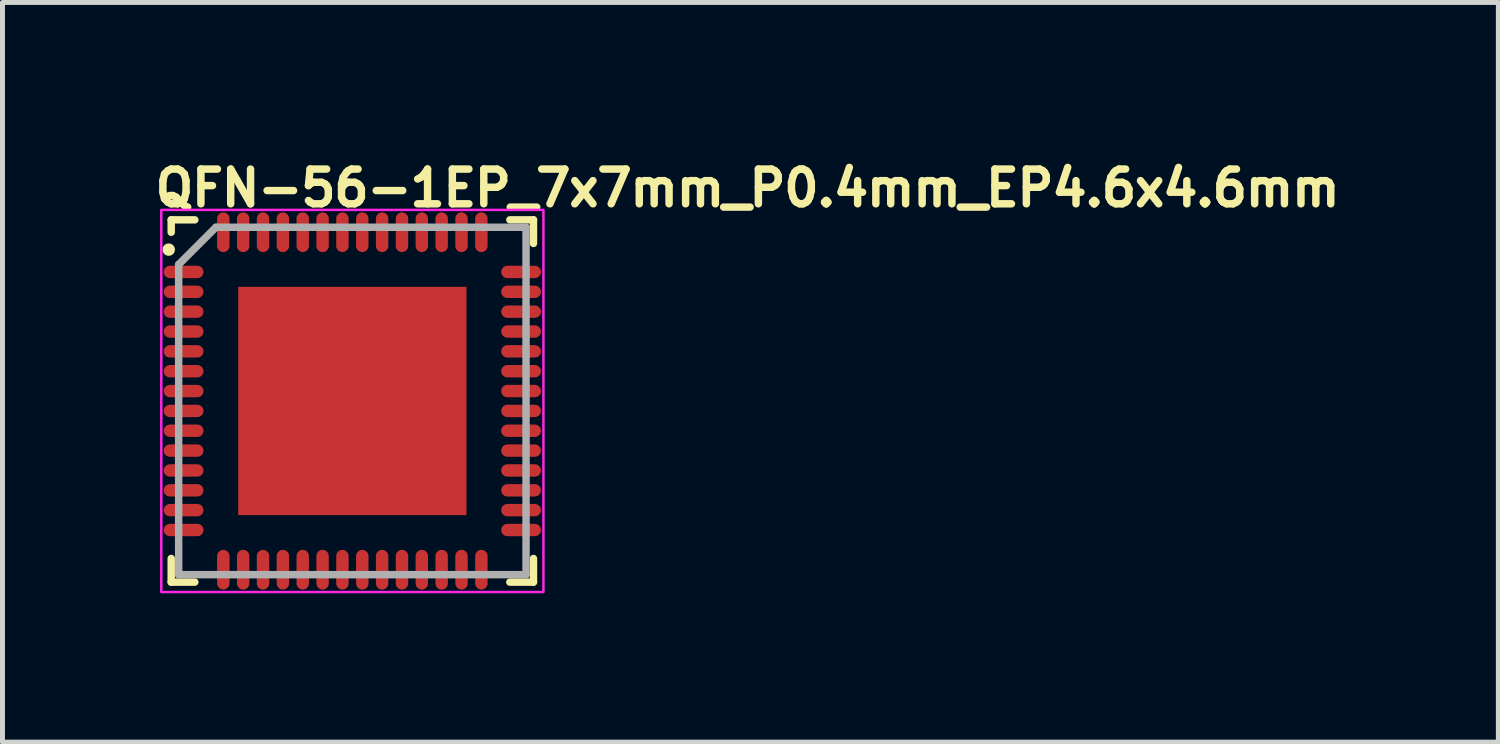
<source format=kicad_pcb>
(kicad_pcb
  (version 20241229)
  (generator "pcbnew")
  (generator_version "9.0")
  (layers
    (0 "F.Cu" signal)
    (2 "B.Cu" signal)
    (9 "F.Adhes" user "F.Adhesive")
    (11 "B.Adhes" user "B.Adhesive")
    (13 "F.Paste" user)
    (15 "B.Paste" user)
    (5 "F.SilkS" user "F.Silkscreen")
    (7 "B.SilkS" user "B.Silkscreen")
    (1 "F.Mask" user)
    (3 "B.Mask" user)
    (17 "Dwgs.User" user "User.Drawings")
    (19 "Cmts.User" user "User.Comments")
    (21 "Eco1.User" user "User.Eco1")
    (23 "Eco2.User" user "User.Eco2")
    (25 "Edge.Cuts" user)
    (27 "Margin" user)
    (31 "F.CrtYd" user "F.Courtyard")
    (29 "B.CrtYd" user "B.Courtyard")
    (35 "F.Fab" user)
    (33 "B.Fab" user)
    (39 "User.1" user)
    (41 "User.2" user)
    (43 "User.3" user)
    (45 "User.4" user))
  (footprint "QFN-56-1EP_7x7mm_P0.4mm_EP4.6x4.6mm"
    (layer "F.Cu")
    (at 4.05 5.03)
    (property "Reference" "QFN-56-1EP_7x7mm_P0.4mm_EP4.6x4.6mm" (at -4.05 -3.88 0) (layer "F.SilkS") (effects (font (size 0.7 0.7) (thickness 0.15)) (justify left bottom)))
    (attr smd)
    (fp_line (start -3.65 -3.4) (end -3.65 -3.65) (stroke (width 0.15) (type solid)) (layer "F.SilkS"))
    (fp_line (start -3.65 3.65) (end -3.65 3.174) (stroke (width 0.15) (type solid)) (layer "F.SilkS"))
    (fp_line (start -3.174 -3.65) (end -3.65 -3.65) (stroke (width 0.15) (type solid)) (layer "F.SilkS"))
    (fp_line (start -3.174 3.65) (end -3.65 3.65) (stroke (width 0.15) (type solid)) (layer "F.SilkS"))
    (fp_line (start 3.174 -3.65) (end 3.65 -3.65) (stroke (width 0.15) (type solid)) (layer "F.SilkS"))
    (fp_line (start 3.174 3.65) (end 3.65 3.65) (stroke (width 0.15) (type solid)) (layer "F.SilkS"))
    (fp_line (start 3.65 -3.65) (end 3.65 -3.174) (stroke (width 0.15) (type solid)) (layer "F.SilkS"))
    (fp_line (start 3.65 3.65) (end 3.65 3.174) (stroke (width 0.15) (type solid)) (layer "F.SilkS"))
    (fp_circle (center -3.7 -3.05) (end -3.65 -3.05) (stroke (width 0.15) (type solid)) (fill yes) (layer "F.SilkS"))
    (fp_rect (start 3.85 3.85) (end -3.85 -3.85) (stroke (width 0.05) (type solid)) (fill no) (layer "F.CrtYd"))
    (fp_line (start -3.5 -2.75) (end -3.5 3.5) (stroke (width 0.15) (type solid)) (layer "F.Fab"))
    (fp_line (start -3.5 3.5) (end 3.5 3.5) (stroke (width 0.15) (type solid)) (layer "F.Fab"))
    (fp_line (start -2.75 -3.5) (end -3.5 -2.75) (stroke (width 0.15) (type solid)) (layer "F.Fab"))
    (fp_line (start 3.5 -3.5) (end -2.75 -3.5) (stroke (width 0.15) (type solid)) (layer "F.Fab"))
    (fp_line (start 3.5 3.5) (end 3.5 -3.5) (stroke (width 0.15) (type solid)) (layer "F.Fab"))
    (fp_rect (start -3.5 -3.5) (end 3.5 3.5) (stroke (width 0.15) (type solid)) (fill no) (layer "User.5"))
    (fp_line (start -3.5 -2.7) (end -3.5 -2.5) (stroke (width 0.01) (type solid)) (layer "User.9"))
    (fp_line (start -3.5 -2.5) (end -3.49 -2.5) (stroke (width 0.01) (type solid)) (layer "User.9"))
    (fp_line (start -3.5 -2.3) (end -3.5 -2.1) (stroke (width 0.01) (type solid)) (layer "User.9"))
    (fp_line (start -3.5 -2.1) (end -3.49 -2.1) (stroke (width 0.01) (type solid)) (layer "User.9"))
    (fp_line (start -3.5 -1.9) (end -3.5 -1.7) (stroke (width 0.01) (type solid)) (layer "User.9"))
    (fp_line (start -3.5 -1.7) (end -3.49 -1.7) (stroke (width 0.01) (type solid)) (layer "User.9"))
    (fp_line (start -3.5 -1.5) (end -3.5 -1.3) (stroke (width 0.01) (type solid)) (layer "User.9"))
    (fp_line (start -3.5 -1.3) (end -3.49 -1.3) (stroke (width 0.01) (type solid)) (layer "User.9"))
    (fp_line (start -3.5 -1.1) (end -3.5 -0.9) (stroke (width 0.01) (type solid)) (layer "User.9"))
    (fp_line (start -3.5 -0.9) (end -3.49 -0.9) (stroke (width 0.01) (type solid)) (layer "User.9"))
    (fp_line (start -3.5 -0.7) (end -3.5 -0.5) (stroke (width 0.01) (type solid)) (layer "User.9"))
    (fp_line (start -3.5 -0.5) (end -3.49 -0.5) (stroke (width 0.01) (type solid)) (layer "User.9"))
    (fp_line (start -3.5 -0.3) (end -3.5 -0.1) (stroke (width 0.01) (type solid)) (layer "User.9"))
    (fp_line (start -3.5 -0.1) (end -3.49 -0.1) (stroke (width 0.01) (type solid)) (layer "User.9"))
    (fp_line (start -3.5 0.1) (end -3.5 0.3) (stroke (width 0.01) (type solid)) (layer "User.9"))
    (fp_line (start -3.5 0.3) (end -3.49 0.3) (stroke (width 0.01) (type solid)) (layer "User.9"))
    (fp_line (start -3.5 0.5) (end -3.5 0.7) (stroke (width 0.01) (type solid)) (layer "User.9"))
    (fp_line (start -3.5 0.7) (end -3.49 0.7) (stroke (width 0.01) (type solid)) (layer "User.9"))
    (fp_line (start -3.5 0.9) (end -3.5 1.1) (stroke (width 0.01) (type solid)) (layer "User.9"))
    (fp_line (start -3.5 1.1) (end -3.49 1.1) (stroke (width 0.01) (type solid)) (layer "User.9"))
    (fp_line (start -3.5 1.3) (end -3.5 1.5) (stroke (width 0.01) (type solid)) (layer "User.9"))
    (fp_line (start -3.5 1.5) (end -3.49 1.5) (stroke (width 0.01) (type solid)) (layer "User.9"))
    (fp_line (start -3.5 1.7) (end -3.5 1.9) (stroke (width 0.01) (type solid)) (layer "User.9"))
    (fp_line (start -3.5 1.9) (end -3.49 1.9) (stroke (width 0.01) (type solid)) (layer "User.9"))
    (fp_line (start -3.5 2.1) (end -3.5 2.3) (stroke (width 0.01) (type solid)) (layer "User.9"))
    (fp_line (start -3.5 2.3) (end -3.49 2.3) (stroke (width 0.01) (type solid)) (layer "User.9"))
    (fp_line (start -3.5 2.5) (end -3.5 2.7) (stroke (width 0.01) (type solid)) (layer "User.9"))
    (fp_line (start -3.5 2.7) (end -3.49 2.7) (stroke (width 0.01) (type solid)) (layer "User.9"))
    (fp_line (start -3.49 -2.7) (end -3.5 -2.7) (stroke (width 0.01) (type solid)) (layer "User.9"))
    (fp_line (start -3.49 -2.3) (end -3.5 -2.3) (stroke (width 0.01) (type solid)) (layer "User.9"))
    (fp_line (start -3.49 -1.9) (end -3.5 -1.9) (stroke (width 0.01) (type solid)) (layer "User.9"))
    (fp_line (start -3.49 -1.5) (end -3.5 -1.5) (stroke (width 0.01) (type solid)) (layer "User.9"))
    (fp_line (start -3.49 -1.1) (end -3.5 -1.1) (stroke (width 0.01) (type solid)) (layer "User.9"))
    (fp_line (start -3.49 -0.7) (end -3.5 -0.7) (stroke (width 0.01) (type solid)) (layer "User.9"))
    (fp_line (start -3.49 -0.3) (end -3.5 -0.3) (stroke (width 0.01) (type solid)) (layer "User.9"))
    (fp_line (start -3.49 0.1) (end -3.5 0.1) (stroke (width 0.01) (type solid)) (layer "User.9"))
    (fp_line (start -3.49 0.5) (end -3.5 0.5) (stroke (width 0.01) (type solid)) (layer "User.9"))
    (fp_line (start -3.49 0.9) (end -3.5 0.9) (stroke (width 0.01) (type solid)) (layer "User.9"))
    (fp_line (start -3.49 1.3) (end -3.5 1.3) (stroke (width 0.01) (type solid)) (layer "User.9"))
    (fp_line (start -3.49 1.7) (end -3.5 1.7) (stroke (width 0.01) (type solid)) (layer "User.9"))
    (fp_line (start -3.49 2.1) (end -3.5 2.1) (stroke (width 0.01) (type solid)) (layer "User.9"))
    (fp_line (start -3.49 2.5) (end -3.5 2.5) (stroke (width 0.01) (type solid)) (layer "User.9"))
    (fp_line (start -3.05 -2.8) (end -3.05 -2.787) (stroke (width 0.01) (type solid)) (layer "User.9"))
    (fp_line (start -3.05 -2.813) (end -3.05 -2.8) (stroke (width 0.01) (type solid)) (layer "User.9"))
    (fp_line (start -3.05 -2.787) (end -3.049 -2.774) (stroke (width 0.01) (type solid)) (layer "User.9"))
    (fp_line (start -3.049 -2.826) (end -3.05 -2.813) (stroke (width 0.01) (type solid)) (layer "User.9"))
    (fp_line (start -3.049 -2.774) (end -3.047 -2.762) (stroke (width 0.01) (type solid)) (layer "User.9"))
    (fp_line (start -3.047 -2.838) (end -3.049 -2.826) (stroke (width 0.01) (type solid)) (layer "User.9"))
    (fp_line (start -3.047 -2.762) (end -3.045 -2.75) (stroke (width 0.01) (type solid)) (layer "User.9"))
    (fp_line (start -3.045 -2.85) (end -3.047 -2.838) (stroke (width 0.01) (type solid)) (layer "User.9"))
    (fp_line (start -3.045 -2.75) (end -3.042 -2.738) (stroke (width 0.01) (type solid)) (layer "User.9"))
    (fp_line (start -3.042 -2.862) (end -3.045 -2.85) (stroke (width 0.01) (type solid)) (layer "User.9"))
    (fp_line (start -3.042 -2.738) (end -3.039 -2.726) (stroke (width 0.01) (type solid)) (layer "User.9"))
    (fp_line (start -3.039 -2.874) (end -3.042 -2.862) (stroke (width 0.01) (type solid)) (layer "User.9"))
    (fp_line (start -3.039 -2.726) (end -3.035 -2.714) (stroke (width 0.01) (type solid)) (layer "User.9"))
    (fp_line (start -3.035 -2.886) (end -3.039 -2.874) (stroke (width 0.01) (type solid)) (layer "User.9"))
    (fp_line (start -3.035 -2.714) (end -3.03 -2.703) (stroke (width 0.01) (type solid)) (layer "User.9"))
    (fp_line (start -3.03 -2.897) (end -3.035 -2.886) (stroke (width 0.01) (type solid)) (layer "User.9"))
    (fp_line (start -3.03 -2.703) (end -3.025 -2.692) (stroke (width 0.01) (type solid)) (layer "User.9"))
    (fp_line (start -3.025 -2.908) (end -3.03 -2.897) (stroke (width 0.01) (type solid)) (layer "User.9"))
    (fp_line (start -3.025 -2.692) (end -3.02 -2.681) (stroke (width 0.01) (type solid)) (layer "User.9"))
    (fp_line (start -3.02 -2.919) (end -3.025 -2.908) (stroke (width 0.01) (type solid)) (layer "User.9"))
    (fp_line (start -3.02 -2.681) (end -3.014 -2.67) (stroke (width 0.01) (type solid)) (layer "User.9"))
    (fp_line (start -3.014 -2.93) (end -3.02 -2.919) (stroke (width 0.01) (type solid)) (layer "User.9"))
    (fp_line (start -3.014 -2.67) (end -3.007 -2.66) (stroke (width 0.01) (type solid)) (layer "User.9"))
    (fp_line (start -3.007 -2.94) (end -3.014 -2.93) (stroke (width 0.01) (type solid)) (layer "User.9"))
    (fp_line (start -3.007 -2.66) (end -3 -2.65) (stroke (width 0.01) (type solid)) (layer "User.9"))
    (fp_line (start -3 -2.95) (end -3.007 -2.94) (stroke (width 0.01) (type solid)) (layer "User.9"))
    (fp_line (start -3 -2.65) (end -2.993 -2.641) (stroke (width 0.01) (type solid)) (layer "User.9"))
    (fp_line (start -2.993 -2.959) (end -3 -2.95) (stroke (width 0.01) (type solid)) (layer "User.9"))
    (fp_line (start -2.993 -2.641) (end -2.985 -2.632) (stroke (width 0.01) (type solid)) (layer "User.9"))
    (fp_line (start -2.985 -2.968) (end -2.993 -2.959) (stroke (width 0.01) (type solid)) (layer "User.9"))
    (fp_line (start -2.985 -2.632) (end -2.977 -2.623) (stroke (width 0.01) (type solid)) (layer "User.9"))
    (fp_line (start -2.977 -2.977) (end -2.985 -2.968) (stroke (width 0.01) (type solid)) (layer "User.9"))
    (fp_line (start -2.977 -2.623) (end -2.968 -2.615) (stroke (width 0.01) (type solid)) (layer "User.9"))
    (fp_line (start -2.968 -2.985) (end -2.977 -2.977) (stroke (width 0.01) (type solid)) (layer "User.9"))
    (fp_line (start -2.968 -2.615) (end -2.959 -2.607) (stroke (width 0.01) (type solid)) (layer "User.9"))
    (fp_line (start -2.959 -2.993) (end -2.968 -2.985) (stroke (width 0.01) (type solid)) (layer "User.9"))
    (fp_line (start -2.959 -2.607) (end -2.95 -2.6) (stroke (width 0.01) (type solid)) (layer "User.9"))
    (fp_line (start -2.95 -3) (end -2.959 -2.993) (stroke (width 0.01) (type solid)) (layer "User.9"))
    (fp_line (start -2.95 -2.6) (end -2.94 -2.593) (stroke (width 0.01) (type solid)) (layer "User.9"))
    (fp_line (start -2.94 -3.007) (end -2.95 -3) (stroke (width 0.01) (type solid)) (layer "User.9"))
    (fp_line (start -2.94 -2.593) (end -2.93 -2.586) (stroke (width 0.01) (type solid)) (layer "User.9"))
    (fp_line (start -2.93 -3.014) (end -2.94 -3.007) (stroke (width 0.01) (type solid)) (layer "User.9"))
    (fp_line (start -2.93 -2.586) (end -2.919 -2.58) (stroke (width 0.01) (type solid)) (layer "User.9"))
    (fp_line (start -2.919 -3.02) (end -2.93 -3.014) (stroke (width 0.01) (type solid)) (layer "User.9"))
    (fp_line (start -2.919 -2.58) (end -2.908 -2.575) (stroke (width 0.01) (type solid)) (layer "User.9"))
    (fp_line (start -2.908 -3.025) (end -2.919 -3.02) (stroke (width 0.01) (type solid)) (layer "User.9"))
    (fp_line (start -2.908 -2.575) (end -2.897 -2.57) (stroke (width 0.01) (type solid)) (layer "User.9"))
    (fp_line (start -2.897 -3.03) (end -2.908 -3.025) (stroke (width 0.01) (type solid)) (layer "User.9"))
    (fp_line (start -2.897 -2.57) (end -2.886 -2.565) (stroke (width 0.01) (type solid)) (layer "User.9"))
    (fp_line (start -2.886 -3.035) (end -2.897 -3.03) (stroke (width 0.01) (type solid)) (layer "User.9"))
    (fp_line (start -2.886 -2.565) (end -2.874 -2.561) (stroke (width 0.01) (type solid)) (layer "User.9"))
    (fp_line (start -2.874 -3.039) (end -2.886 -3.035) (stroke (width 0.01) (type solid)) (layer "User.9"))
    (fp_line (start -2.874 -2.561) (end -2.862 -2.558) (stroke (width 0.01) (type solid)) (layer "User.9"))
    (fp_line (start -2.862 -3.042) (end -2.874 -3.039) (stroke (width 0.01) (type solid)) (layer "User.9"))
    (fp_line (start -2.862 -2.558) (end -2.85 -2.555) (stroke (width 0.01) (type solid)) (layer "User.9"))
    (fp_line (start -2.85 -3.045) (end -2.862 -3.042) (stroke (width 0.01) (type solid)) (layer "User.9"))
    (fp_line (start -2.85 -2.555) (end -2.838 -2.553) (stroke (width 0.01) (type solid)) (layer "User.9"))
    (fp_line (start -2.838 -3.047) (end -2.85 -3.045) (stroke (width 0.01) (type solid)) (layer "User.9"))
    (fp_line (start -2.838 -2.553) (end -2.826 -2.551) (stroke (width 0.01) (type solid)) (layer "User.9"))
    (fp_line (start -2.826 -3.049) (end -2.838 -3.047) (stroke (width 0.01) (type solid)) (layer "User.9"))
    (fp_line (start -2.826 -2.551) (end -2.813 -2.55) (stroke (width 0.01) (type solid)) (layer "User.9"))
    (fp_line (start -2.813 -3.05) (end -2.826 -3.049) (stroke (width 0.01) (type solid)) (layer "User.9"))
    (fp_line (start -2.813 -2.55) (end -2.8 -2.55) (stroke (width 0.01) (type solid)) (layer "User.9"))
    (fp_line (start -2.8 -3.05) (end -2.813 -3.05) (stroke (width 0.01) (type solid)) (layer "User.9"))
    (fp_line (start -2.8 -2.55) (end -2.787 -2.55) (stroke (width 0.01) (type solid)) (layer "User.9"))
    (fp_line (start -2.787 -3.05) (end -2.8 -3.05) (stroke (width 0.01) (type solid)) (layer "User.9"))
    (fp_line (start -2.787 -2.55) (end -2.774 -2.551) (stroke (width 0.01) (type solid)) (layer "User.9"))
    (fp_line (start -2.774 -3.049) (end -2.787 -3.05) (stroke (width 0.01) (type solid)) (layer "User.9"))
    (fp_line (start -2.774 -2.551) (end -2.762 -2.553) (stroke (width 0.01) (type solid)) (layer "User.9"))
    (fp_line (start -2.762 -3.047) (end -2.774 -3.049) (stroke (width 0.01) (type solid)) (layer "User.9"))
    (fp_line (start -2.762 -2.553) (end -2.75 -2.555) (stroke (width 0.01) (type solid)) (layer "User.9"))
    (fp_line (start -2.75 -3.045) (end -2.762 -3.047) (stroke (width 0.01) (type solid)) (layer "User.9"))
    (fp_line (start -2.75 -2.555) (end -2.738 -2.558) (stroke (width 0.01) (type solid)) (layer "User.9"))
    (fp_line (start -2.738 -3.042) (end -2.75 -3.045) (stroke (width 0.01) (type solid)) (layer "User.9"))
    (fp_line (start -2.738 -2.558) (end -2.726 -2.561) (stroke (width 0.01) (type solid)) (layer "User.9"))
    (fp_line (start -2.726 -3.039) (end -2.738 -3.042) (stroke (width 0.01) (type solid)) (layer "User.9"))
    (fp_line (start -2.726 -2.561) (end -2.714 -2.565) (stroke (width 0.01) (type solid)) (layer "User.9"))
    (fp_line (start -2.714 -3.035) (end -2.726 -3.039) (stroke (width 0.01) (type solid)) (layer "User.9"))
    (fp_line (start -2.714 -2.565) (end -2.703 -2.57) (stroke (width 0.01) (type solid)) (layer "User.9"))
    (fp_line (start -2.703 -3.03) (end -2.714 -3.035) (stroke (width 0.01) (type solid)) (layer "User.9"))
    (fp_line (start -2.703 -2.57) (end -2.692 -2.575) (stroke (width 0.01) (type solid)) (layer "User.9"))
    (fp_line (start -2.7 -3.5) (end -2.7 -3.49) (stroke (width 0.01) (type solid)) (layer "User.9"))
    (fp_line (start -2.7 3.49) (end -2.7 3.5) (stroke (width 0.01) (type solid)) (layer "User.9"))
    (fp_line (start -2.7 3.5) (end -2.5 3.5) (stroke (width 0.01) (type solid)) (layer "User.9"))
    (fp_line (start -2.692 -3.025) (end -2.703 -3.03) (stroke (width 0.01) (type solid)) (layer "User.9"))
    (fp_line (start -2.692 -2.575) (end -2.681 -2.58) (stroke (width 0.01) (type solid)) (layer "User.9"))
    (fp_line (start -2.681 -3.02) (end -2.692 -3.025) (stroke (width 0.01) (type solid)) (layer "User.9"))
    (fp_line (start -2.681 -2.58) (end -2.67 -2.586) (stroke (width 0.01) (type solid)) (layer "User.9"))
    (fp_line (start -2.67 -3.014) (end -2.681 -3.02) (stroke (width 0.01) (type solid)) (layer "User.9"))
    (fp_line (start -2.67 -2.586) (end -2.66 -2.593) (stroke (width 0.01) (type solid)) (layer "User.9"))
    (fp_line (start -2.66 -3.007) (end -2.67 -3.014) (stroke (width 0.01) (type solid)) (layer "User.9"))
    (fp_line (start -2.66 -2.593) (end -2.65 -2.6) (stroke (width 0.01) (type solid)) (layer "User.9"))
    (fp_line (start -2.65 -3) (end -2.66 -3.007) (stroke (width 0.01) (type solid)) (layer "User.9"))
    (fp_line (start -2.65 -2.6) (end -2.641 -2.607) (stroke (width 0.01) (type solid)) (layer "User.9"))
    (fp_line (start -2.641 -2.993) (end -2.65 -3) (stroke (width 0.01) (type solid)) (layer "User.9"))
    (fp_line (start -2.641 -2.607) (end -2.632 -2.615) (stroke (width 0.01) (type solid)) (layer "User.9"))
    (fp_line (start -2.632 -2.985) (end -2.641 -2.993) (stroke (width 0.01) (type solid)) (layer "User.9"))
    (fp_line (start -2.632 -2.615) (end -2.623 -2.623) (stroke (width 0.01) (type solid)) (layer "User.9"))
    (fp_line (start -2.623 -2.977) (end -2.632 -2.985) (stroke (width 0.01) (type solid)) (layer "User.9"))
    (fp_line (start -2.623 -2.623) (end -2.615 -2.632) (stroke (width 0.01) (type solid)) (layer "User.9"))
    (fp_line (start -2.615 -2.968) (end -2.623 -2.977) (stroke (width 0.01) (type solid)) (layer "User.9"))
    (fp_line (start -2.615 -2.632) (end -2.607 -2.641) (stroke (width 0.01) (type solid)) (layer "User.9"))
    (fp_line (start -2.607 -2.959) (end -2.615 -2.968) (stroke (width 0.01) (type solid)) (layer "User.9"))
    (fp_line (start -2.607 -2.641) (end -2.6 -2.65) (stroke (width 0.01) (type solid)) (layer "User.9"))
    (fp_line (start -2.6 -2.95) (end -2.607 -2.959) (stroke (width 0.01) (type solid)) (layer "User.9"))
    (fp_line (start -2.6 -2.65) (end -2.593 -2.66) (stroke (width 0.01) (type solid)) (layer "User.9"))
    (fp_line (start -2.593 -2.94) (end -2.6 -2.95) (stroke (width 0.01) (type solid)) (layer "User.9"))
    (fp_line (start -2.593 -2.66) (end -2.586 -2.67) (stroke (width 0.01) (type solid)) (layer "User.9"))
    (fp_line (start -2.586 -2.93) (end -2.593 -2.94) (stroke (width 0.01) (type solid)) (layer "User.9"))
    (fp_line (start -2.586 -2.67) (end -2.58 -2.681) (stroke (width 0.01) (type solid)) (layer "User.9"))
    (fp_line (start -2.58 -2.919) (end -2.586 -2.93) (stroke (width 0.01) (type solid)) (layer "User.9"))
    (fp_line (start -2.58 -2.681) (end -2.575 -2.692) (stroke (width 0.01) (type solid)) (layer "User.9"))
    (fp_line (start -2.575 -2.908) (end -2.58 -2.919) (stroke (width 0.01) (type solid)) (layer "User.9"))
    (fp_line (start -2.575 -2.692) (end -2.57 -2.703) (stroke (width 0.01) (type solid)) (layer "User.9"))
    (fp_line (start -2.57 -2.897) (end -2.575 -2.908) (stroke (width 0.01) (type solid)) (layer "User.9"))
    (fp_line (start -2.57 -2.703) (end -2.565 -2.714) (stroke (width 0.01) (type solid)) (layer "User.9"))
    (fp_line (start -2.565 -2.886) (end -2.57 -2.897) (stroke (width 0.01) (type solid)) (layer "User.9"))
    (fp_line (start -2.565 -2.714) (end -2.561 -2.726) (stroke (width 0.01) (type solid)) (layer "User.9"))
    (fp_line (start -2.561 -2.874) (end -2.565 -2.886) (stroke (width 0.01) (type solid)) (layer "User.9"))
    (fp_line (start -2.561 -2.726) (end -2.558 -2.738) (stroke (width 0.01) (type solid)) (layer "User.9"))
    (fp_line (start -2.558 -2.862) (end -2.561 -2.874) (stroke (width 0.01) (type solid)) (layer "User.9"))
    (fp_line (start -2.558 -2.738) (end -2.555 -2.75) (stroke (width 0.01) (type solid)) (layer "User.9"))
    (fp_line (start -2.555 -2.85) (end -2.558 -2.862) (stroke (width 0.01) (type solid)) (layer "User.9"))
    (fp_line (start -2.555 -2.75) (end -2.553 -2.762) (stroke (width 0.01) (type solid)) (layer "User.9"))
    (fp_line (start -2.553 -2.838) (end -2.555 -2.85) (stroke (width 0.01) (type solid)) (layer "User.9"))
    (fp_line (start -2.553 -2.762) (end -2.551 -2.774) (stroke (width 0.01) (type solid)) (layer "User.9"))
    (fp_line (start -2.551 -2.826) (end -2.553 -2.838) (stroke (width 0.01) (type solid)) (layer "User.9"))
    (fp_line (start -2.551 -2.774) (end -2.55 -2.787) (stroke (width 0.01) (type solid)) (layer "User.9"))
    (fp_line (start -2.55 -2.813) (end -2.551 -2.826) (stroke (width 0.01) (type solid)) (layer "User.9"))
    (fp_line (start -2.55 -2.787) (end -2.55 -2.8) (stroke (width 0.01) (type solid)) (layer "User.9"))
    (fp_line (start -2.55 -2.8) (end -2.55 -2.813) (stroke (width 0.01) (type solid)) (layer "User.9"))
    (fp_line (start -2.5 -3.5) (end -2.7 -3.5) (stroke (width 0.01) (type solid)) (layer "User.9"))
    (fp_line (start -2.5 -3.49) (end -2.5 -3.5) (stroke (width 0.01) (type solid)) (layer "User.9"))
    (fp_line (start -2.5 3.5) (end -2.5 3.49) (stroke (width 0.01) (type solid)) (layer "User.9"))
    (fp_line (start -2.3 -3.5) (end -2.3 -3.49) (stroke (width 0.01) (type solid)) (layer "User.9"))
    (fp_line (start -2.3 3.49) (end -2.3 3.5) (stroke (width 0.01) (type solid)) (layer "User.9"))
    (fp_line (start -2.3 3.5) (end -2.1 3.5) (stroke (width 0.01) (type solid)) (layer "User.9"))
    (fp_line (start -2.1 -3.5) (end -2.3 -3.5) (stroke (width 0.01) (type solid)) (layer "User.9"))
    (fp_line (start -2.1 -3.49) (end -2.1 -3.5) (stroke (width 0.01) (type solid)) (layer "User.9"))
    (fp_line (start -2.1 3.5) (end -2.1 3.49) (stroke (width 0.01) (type solid)) (layer "User.9"))
    (fp_line (start -1.9 -3.5) (end -1.9 -3.49) (stroke (width 0.01) (type solid)) (layer "User.9"))
    (fp_line (start -1.9 3.49) (end -1.9 3.5) (stroke (width 0.01) (type solid)) (layer "User.9"))
    (fp_line (start -1.9 3.5) (end -1.7 3.5) (stroke (width 0.01) (type solid)) (layer "User.9"))
    (fp_line (start -1.7 -3.5) (end -1.9 -3.5) (stroke (width 0.01) (type solid)) (layer "User.9"))
    (fp_line (start -1.7 -3.49) (end -1.7 -3.5) (stroke (width 0.01) (type solid)) (layer "User.9"))
    (fp_line (start -1.7 3.5) (end -1.7 3.49) (stroke (width 0.01) (type solid)) (layer "User.9"))
    (fp_line (start -1.5 -3.5) (end -1.5 -3.49) (stroke (width 0.01) (type solid)) (layer "User.9"))
    (fp_line (start -1.5 3.49) (end -1.5 3.5) (stroke (width 0.01) (type solid)) (layer "User.9"))
    (fp_line (start -1.5 3.5) (end -1.3 3.5) (stroke (width 0.01) (type solid)) (layer "User.9"))
    (fp_line (start -1.3 -3.5) (end -1.5 -3.5) (stroke (width 0.01) (type solid)) (layer "User.9"))
    (fp_line (start -1.3 -3.49) (end -1.3 -3.5) (stroke (width 0.01) (type solid)) (layer "User.9"))
    (fp_line (start -1.3 3.5) (end -1.3 3.49) (stroke (width 0.01) (type solid)) (layer "User.9"))
    (fp_line (start -1.1 -3.5) (end -1.1 -3.49) (stroke (width 0.01) (type solid)) (layer "User.9"))
    (fp_line (start -1.1 3.49) (end -1.1 3.5) (stroke (width 0.01) (type solid)) (layer "User.9"))
    (fp_line (start -1.1 3.5) (end -0.9 3.5) (stroke (width 0.01) (type solid)) (layer "User.9"))
    (fp_line (start -0.9 -3.5) (end -1.1 -3.5) (stroke (width 0.01) (type solid)) (layer "User.9"))
    (fp_line (start -0.9 -3.49) (end -0.9 -3.5) (stroke (width 0.01) (type solid)) (layer "User.9"))
    (fp_line (start -0.9 3.5) (end -0.9 3.49) (stroke (width 0.01) (type solid)) (layer "User.9"))
    (fp_line (start -0.7 -3.5) (end -0.7 -3.49) (stroke (width 0.01) (type solid)) (layer "User.9"))
    (fp_line (start -0.7 3.49) (end -0.7 3.5) (stroke (width 0.01) (type solid)) (layer "User.9"))
    (fp_line (start -0.7 3.5) (end -0.5 3.5) (stroke (width 0.01) (type solid)) (layer "User.9"))
    (fp_line (start -0.5 -3.5) (end -0.7 -3.5) (stroke (width 0.01) (type solid)) (layer "User.9"))
    (fp_line (start -0.5 -3.49) (end -0.5 -3.5) (stroke (width 0.01) (type solid)) (layer "User.9"))
    (fp_line (start -0.5 3.5) (end -0.5 3.49) (stroke (width 0.01) (type solid)) (layer "User.9"))
    (fp_line (start -0.3 -3.5) (end -0.3 -3.49) (stroke (width 0.01) (type solid)) (layer "User.9"))
    (fp_line (start -0.3 3.49) (end -0.3 3.5) (stroke (width 0.01) (type solid)) (layer "User.9"))
    (fp_line (start -0.3 3.5) (end -0.1 3.5) (stroke (width 0.01) (type solid)) (layer "User.9"))
    (fp_line (start -0.1 -3.5) (end -0.3 -3.5) (stroke (width 0.01) (type solid)) (layer "User.9"))
    (fp_line (start -0.1 -3.49) (end -0.1 -3.5) (stroke (width 0.01) (type solid)) (layer "User.9"))
    (fp_line (start -0.1 3.5) (end -0.1 3.49) (stroke (width 0.01) (type solid)) (layer "User.9"))
    (fp_line (start 0.1 -3.5) (end 0.1 -3.49) (stroke (width 0.01) (type solid)) (layer "User.9"))
    (fp_line (start 0.1 3.49) (end 0.1 3.5) (stroke (width 0.01) (type solid)) (layer "User.9"))
    (fp_line (start 0.1 3.5) (end 0.3 3.5) (stroke (width 0.01) (type solid)) (layer "User.9"))
    (fp_line (start 0.3 -3.5) (end 0.1 -3.5) (stroke (width 0.01) (type solid)) (layer "User.9"))
    (fp_line (start 0.3 -3.49) (end 0.3 -3.5) (stroke (width 0.01) (type solid)) (layer "User.9"))
    (fp_line (start 0.3 3.5) (end 0.3 3.49) (stroke (width 0.01) (type solid)) (layer "User.9"))
    (fp_line (start 0.5 -3.5) (end 0.5 -3.49) (stroke (width 0.01) (type solid)) (layer "User.9"))
    (fp_line (start 0.5 3.49) (end 0.5 3.5) (stroke (width 0.01) (type solid)) (layer "User.9"))
    (fp_line (start 0.5 3.5) (end 0.7 3.5) (stroke (width 0.01) (type solid)) (layer "User.9"))
    (fp_line (start 0.7 -3.5) (end 0.5 -3.5) (stroke (width 0.01) (type solid)) (layer "User.9"))
    (fp_line (start 0.7 -3.49) (end 0.7 -3.5) (stroke (width 0.01) (type solid)) (layer "User.9"))
    (fp_line (start 0.7 3.5) (end 0.7 3.49) (stroke (width 0.01) (type solid)) (layer "User.9"))
    (fp_line (start 0.9 -3.5) (end 0.9 -3.49) (stroke (width 0.01) (type solid)) (layer "User.9"))
    (fp_line (start 0.9 3.49) (end 0.9 3.5) (stroke (width 0.01) (type solid)) (layer "User.9"))
    (fp_line (start 0.9 3.5) (end 1.1 3.5) (stroke (width 0.01) (type solid)) (layer "User.9"))
    (fp_line (start 1.1 -3.5) (end 0.9 -3.5) (stroke (width 0.01) (type solid)) (layer "User.9"))
    (fp_line (start 1.1 -3.49) (end 1.1 -3.5) (stroke (width 0.01) (type solid)) (layer "User.9"))
    (fp_line (start 1.1 3.5) (end 1.1 3.49) (stroke (width 0.01) (type solid)) (layer "User.9"))
    (fp_line (start 1.3 -3.5) (end 1.3 -3.49) (stroke (width 0.01) (type solid)) (layer "User.9"))
    (fp_line (start 1.3 3.49) (end 1.3 3.5) (stroke (width 0.01) (type solid)) (layer "User.9"))
    (fp_line (start 1.3 3.5) (end 1.5 3.5) (stroke (width 0.01) (type solid)) (layer "User.9"))
    (fp_line (start 1.5 -3.5) (end 1.3 -3.5) (stroke (width 0.01) (type solid)) (layer "User.9"))
    (fp_line (start 1.5 -3.49) (end 1.5 -3.5) (stroke (width 0.01) (type solid)) (layer "User.9"))
    (fp_line (start 1.5 3.5) (end 1.5 3.49) (stroke (width 0.01) (type solid)) (layer "User.9"))
    (fp_line (start 1.7 -3.5) (end 1.7 -3.49) (stroke (width 0.01) (type solid)) (layer "User.9"))
    (fp_line (start 1.7 3.49) (end 1.7 3.5) (stroke (width 0.01) (type solid)) (layer "User.9"))
    (fp_line (start 1.7 3.5) (end 1.9 3.5) (stroke (width 0.01) (type solid)) (layer "User.9"))
    (fp_line (start 1.9 -3.5) (end 1.7 -3.5) (stroke (width 0.01) (type solid)) (layer "User.9"))
    (fp_line (start 1.9 -3.49) (end 1.9 -3.5) (stroke (width 0.01) (type solid)) (layer "User.9"))
    (fp_line (start 1.9 3.5) (end 1.9 3.49) (stroke (width 0.01) (type solid)) (layer "User.9"))
    (fp_line (start 2.1 -3.5) (end 2.1 -3.49) (stroke (width 0.01) (type solid)) (layer "User.9"))
    (fp_line (start 2.1 3.49) (end 2.1 3.5) (stroke (width 0.01) (type solid)) (layer "User.9"))
    (fp_line (start 2.1 3.5) (end 2.3 3.5) (stroke (width 0.01) (type solid)) (layer "User.9"))
    (fp_line (start 2.3 -3.5) (end 2.1 -3.5) (stroke (width 0.01) (type solid)) (layer "User.9"))
    (fp_line (start 2.3 -3.49) (end 2.3 -3.5) (stroke (width 0.01) (type solid)) (layer "User.9"))
    (fp_line (start 2.3 3.5) (end 2.3 3.49) (stroke (width 0.01) (type solid)) (layer "User.9"))
    (fp_line (start 2.5 -3.5) (end 2.5 -3.49) (stroke (width 0.01) (type solid)) (layer "User.9"))
    (fp_line (start 2.5 3.49) (end 2.5 3.5) (stroke (width 0.01) (type solid)) (layer "User.9"))
    (fp_line (start 2.5 3.5) (end 2.7 3.5) (stroke (width 0.01) (type solid)) (layer "User.9"))
    (fp_line (start 2.7 -3.5) (end 2.5 -3.5) (stroke (width 0.01) (type solid)) (layer "User.9"))
    (fp_line (start 2.7 -3.49) (end 2.7 -3.5) (stroke (width 0.01) (type solid)) (layer "User.9"))
    (fp_line (start 2.7 3.5) (end 2.7 3.49) (stroke (width 0.01) (type solid)) (layer "User.9"))
    (fp_line (start 3.49 -2.5) (end 3.5 -2.5) (stroke (width 0.01) (type solid)) (layer "User.9"))
    (fp_line (start 3.49 -2.1) (end 3.5 -2.1) (stroke (width 0.01) (type solid)) (layer "User.9"))
    (fp_line (start 3.49 -1.7) (end 3.5 -1.7) (stroke (width 0.01) (type solid)) (layer "User.9"))
    (fp_line (start 3.49 -1.3) (end 3.5 -1.3) (stroke (width 0.01) (type solid)) (layer "User.9"))
    (fp_line (start 3.49 -0.9) (end 3.5 -0.9) (stroke (width 0.01) (type solid)) (layer "User.9"))
    (fp_line (start 3.49 -0.5) (end 3.5 -0.5) (stroke (width 0.01) (type solid)) (layer "User.9"))
    (fp_line (start 3.49 -0.1) (end 3.5 -0.1) (stroke (width 0.01) (type solid)) (layer "User.9"))
    (fp_line (start 3.49 0.3) (end 3.5 0.3) (stroke (width 0.01) (type solid)) (layer "User.9"))
    (fp_line (start 3.49 0.7) (end 3.5 0.7) (stroke (width 0.01) (type solid)) (layer "User.9"))
    (fp_line (start 3.49 1.1) (end 3.5 1.1) (stroke (width 0.01) (type solid)) (layer "User.9"))
    (fp_line (start 3.49 1.5) (end 3.5 1.5) (stroke (width 0.01) (type solid)) (layer "User.9"))
    (fp_line (start 3.49 1.9) (end 3.5 1.9) (stroke (width 0.01) (type solid)) (layer "User.9"))
    (fp_line (start 3.49 2.3) (end 3.5 2.3) (stroke (width 0.01) (type solid)) (layer "User.9"))
    (fp_line (start 3.49 2.7) (end 3.5 2.7) (stroke (width 0.01) (type solid)) (layer "User.9"))
    (fp_line (start 3.5 -2.7) (end 3.49 -2.7) (stroke (width 0.01) (type solid)) (layer "User.9"))
    (fp_line (start 3.5 -2.5) (end 3.5 -2.7) (stroke (width 0.01) (type solid)) (layer "User.9"))
    (fp_line (start 3.5 -2.3) (end 3.49 -2.3) (stroke (width 0.01) (type solid)) (layer "User.9"))
    (fp_line (start 3.5 -2.1) (end 3.5 -2.3) (stroke (width 0.01) (type solid)) (layer "User.9"))
    (fp_line (start 3.5 -1.9) (end 3.49 -1.9) (stroke (width 0.01) (type solid)) (layer "User.9"))
    (fp_line (start 3.5 -1.7) (end 3.5 -1.9) (stroke (width 0.01) (type solid)) (layer "User.9"))
    (fp_line (start 3.5 -1.5) (end 3.49 -1.5) (stroke (width 0.01) (type solid)) (layer "User.9"))
    (fp_line (start 3.5 -1.3) (end 3.5 -1.5) (stroke (width 0.01) (type solid)) (layer "User.9"))
    (fp_line (start 3.5 -1.1) (end 3.49 -1.1) (stroke (width 0.01) (type solid)) (layer "User.9"))
    (fp_line (start 3.5 -0.9) (end 3.5 -1.1) (stroke (width 0.01) (type solid)) (layer "User.9"))
    (fp_line (start 3.5 -0.7) (end 3.49 -0.7) (stroke (width 0.01) (type solid)) (layer "User.9"))
    (fp_line (start 3.5 -0.5) (end 3.5 -0.7) (stroke (width 0.01) (type solid)) (layer "User.9"))
    (fp_line (start 3.5 -0.3) (end 3.49 -0.3) (stroke (width 0.01) (type solid)) (layer "User.9"))
    (fp_line (start 3.5 -0.1) (end 3.5 -0.3) (stroke (width 0.01) (type solid)) (layer "User.9"))
    (fp_line (start 3.5 0.1) (end 3.49 0.1) (stroke (width 0.01) (type solid)) (layer "User.9"))
    (fp_line (start 3.5 0.3) (end 3.5 0.1) (stroke (width 0.01) (type solid)) (layer "User.9"))
    (fp_line (start 3.5 0.5) (end 3.49 0.5) (stroke (width 0.01) (type solid)) (layer "User.9"))
    (fp_line (start 3.5 0.7) (end 3.5 0.5) (stroke (width 0.01) (type solid)) (layer "User.9"))
    (fp_line (start 3.5 0.9) (end 3.49 0.9) (stroke (width 0.01) (type solid)) (layer "User.9"))
    (fp_line (start 3.5 1.1) (end 3.5 0.9) (stroke (width 0.01) (type solid)) (layer "User.9"))
    (fp_line (start 3.5 1.3) (end 3.49 1.3) (stroke (width 0.01) (type solid)) (layer "User.9"))
    (fp_line (start 3.5 1.5) (end 3.5 1.3) (stroke (width 0.01) (type solid)) (layer "User.9"))
    (fp_line (start 3.5 1.7) (end 3.49 1.7) (stroke (width 0.01) (type solid)) (layer "User.9"))
    (fp_line (start 3.5 1.9) (end 3.5 1.7) (stroke (width 0.01) (type solid)) (layer "User.9"))
    (fp_line (start 3.5 2.1) (end 3.49 2.1) (stroke (width 0.01) (type solid)) (layer "User.9"))
    (fp_line (start 3.5 2.3) (end 3.5 2.1) (stroke (width 0.01) (type solid)) (layer "User.9"))
    (fp_line (start 3.5 2.5) (end 3.49 2.5) (stroke (width 0.01) (type solid)) (layer "User.9"))
    (fp_line (start 3.5 2.7) (end 3.5 2.5) (stroke (width 0.01) (type solid)) (layer "User.9"))
    (fp_rect (start -3.49 -3.49) (end 3.49 3.49) (stroke (width 0.01) (type solid)) (fill no) (layer "User.9"))
    (pad "" smd roundrect (at -1.525 -1.525) (size 1.3 1.3) (layers "F.Paste") (roundrect_rratio 0.221))
    (pad "" smd roundrect (at -1.525 0) (size 1.3 1.3) (layers "F.Paste") (roundrect_rratio 0.221))
    (pad "" smd roundrect (at -1.525 1.525) (size 1.3 1.3) (layers "F.Paste") (roundrect_rratio 0.221))
    (pad "" smd roundrect (at 0 -1.525) (size 1.3 1.3) (layers "F.Paste") (roundrect_rratio 0.221))
    (pad "" smd roundrect (at 0 0) (size 1.3 1.3) (layers "F.Paste") (roundrect_rratio 0.221))
    (pad "" smd roundrect (at 0 1.525) (size 1.3 1.3) (layers "F.Paste") (roundrect_rratio 0.221))
    (pad "" smd roundrect (at 1.525 -1.525) (size 1.3 1.3) (layers "F.Paste") (roundrect_rratio 0.221))
    (pad "" smd roundrect (at 1.525 0) (size 1.3 1.3) (layers "F.Paste") (roundrect_rratio 0.221))
    (pad "" smd roundrect (at 1.525 1.525) (size 1.3 1.3) (layers "F.Paste") (roundrect_rratio 0.221))
    (pad "1" smd oval (at -3.4 -2.6) (size 0.8 0.25) (layers "F.Cu" "F.Mask" "F.Paste"))
    (pad "2" smd oval (at -3.4 -2.2) (size 0.8 0.25) (layers "F.Cu" "F.Mask" "F.Paste"))
    (pad "3" smd oval (at -3.4 -1.8) (size 0.8 0.25) (layers "F.Cu" "F.Mask" "F.Paste"))
    (pad "4" smd oval (at -3.4 -1.4) (size 0.8 0.25) (layers "F.Cu" "F.Mask" "F.Paste"))
    (pad "5" smd oval (at -3.4 -1) (size 0.8 0.25) (layers "F.Cu" "F.Mask" "F.Paste"))
    (pad "6" smd oval (at -3.4 -0.6) (size 0.8 0.25) (layers "F.Cu" "F.Mask" "F.Paste"))
    (pad "7" smd oval (at -3.4 -0.2) (size 0.8 0.25) (layers "F.Cu" "F.Mask" "F.Paste"))
    (pad "8" smd oval (at -3.4 0.2) (size 0.8 0.25) (layers "F.Cu" "F.Mask" "F.Paste"))
    (pad "9" smd oval (at -3.4 0.6) (size 0.8 0.25) (layers "F.Cu" "F.Mask" "F.Paste"))
    (pad "10" smd oval (at -3.4 1) (size 0.8 0.25) (layers "F.Cu" "F.Mask" "F.Paste"))
    (pad "11" smd oval (at -3.4 1.4) (size 0.8 0.25) (layers "F.Cu" "F.Mask" "F.Paste"))
    (pad "12" smd oval (at -3.4 1.8) (size 0.8 0.25) (layers "F.Cu" "F.Mask" "F.Paste"))
    (pad "13" smd oval (at -3.4 2.2) (size 0.8 0.25) (layers "F.Cu" "F.Mask" "F.Paste"))
    (pad "14" smd oval (at -3.4 2.6) (size 0.8 0.25) (layers "F.Cu" "F.Mask" "F.Paste"))
    (pad "15" smd oval (at -2.6 3.4 90) (size 0.8 0.25) (layers "F.Cu" "F.Mask" "F.Paste"))
    (pad "16" smd oval (at -2.2 3.4 90) (size 0.8 0.25) (layers "F.Cu" "F.Mask" "F.Paste"))
    (pad "17" smd oval (at -1.8 3.4 90) (size 0.8 0.25) (layers "F.Cu" "F.Mask" "F.Paste"))
    (pad "18" smd oval (at -1.4 3.4 90) (size 0.8 0.25) (layers "F.Cu" "F.Mask" "F.Paste"))
    (pad "19" smd oval (at -1 3.4 90) (size 0.8 0.25) (layers "F.Cu" "F.Mask" "F.Paste"))
    (pad "20" smd oval (at -0.6 3.4 90) (size 0.8 0.25) (layers "F.Cu" "F.Mask" "F.Paste"))
    (pad "21" smd oval (at -0.2 3.4 90) (size 0.8 0.25) (layers "F.Cu" "F.Mask" "F.Paste"))
    (pad "22" smd oval (at 0.2 3.4 90) (size 0.8 0.25) (layers "F.Cu" "F.Mask" "F.Paste"))
    (pad "23" smd oval (at 0.6 3.4 90) (size 0.8 0.25) (layers "F.Cu" "F.Mask" "F.Paste"))
    (pad "24" smd oval (at 1 3.4 90) (size 0.8 0.25) (layers "F.Cu" "F.Mask" "F.Paste"))
    (pad "25" smd oval (at 1.4 3.4 90) (size 0.8 0.25) (layers "F.Cu" "F.Mask" "F.Paste"))
    (pad "26" smd oval (at 1.8 3.4 90) (size 0.8 0.25) (layers "F.Cu" "F.Mask" "F.Paste"))
    (pad "27" smd oval (at 2.2 3.4 90) (size 0.8 0.25) (layers "F.Cu" "F.Mask" "F.Paste"))
    (pad "28" smd oval (at 2.6 3.4 90) (size 0.8 0.25) (layers "F.Cu" "F.Mask" "F.Paste"))
    (pad "29" smd oval (at 3.4 2.6) (size 0.8 0.25) (layers "F.Cu" "F.Mask" "F.Paste"))
    (pad "30" smd oval (at 3.4 2.2) (size 0.8 0.25) (layers "F.Cu" "F.Mask" "F.Paste"))
    (pad "31" smd oval (at 3.4 1.8) (size 0.8 0.25) (layers "F.Cu" "F.Mask" "F.Paste"))
    (pad "32" smd oval (at 3.4 1.4) (size 0.8 0.25) (layers "F.Cu" "F.Mask" "F.Paste"))
    (pad "33" smd oval (at 3.4 1) (size 0.8 0.25) (layers "F.Cu" "F.Mask" "F.Paste"))
    (pad "34" smd oval (at 3.4 0.6) (size 0.8 0.25) (layers "F.Cu" "F.Mask" "F.Paste"))
    (pad "35" smd oval (at 3.4 0.2) (size 0.8 0.25) (layers "F.Cu" "F.Mask" "F.Paste"))
    (pad "36" smd oval (at 3.4 -0.2) (size 0.8 0.25) (layers "F.Cu" "F.Mask" "F.Paste"))
    (pad "37" smd oval (at 3.4 -0.6) (size 0.8 0.25) (layers "F.Cu" "F.Mask" "F.Paste"))
    (pad "38" smd oval (at 3.4 -1) (size 0.8 0.25) (layers "F.Cu" "F.Mask" "F.Paste"))
    (pad "39" smd oval (at 3.4 -1.4) (size 0.8 0.25) (layers "F.Cu" "F.Mask" "F.Paste"))
    (pad "40" smd oval (at 3.4 -1.8) (size 0.8 0.25) (layers "F.Cu" "F.Mask" "F.Paste"))
    (pad "41" smd oval (at 3.4 -2.2) (size 0.8 0.25) (layers "F.Cu" "F.Mask" "F.Paste"))
    (pad "42" smd oval (at 3.4 -2.6) (size 0.8 0.25) (layers "F.Cu" "F.Mask" "F.Paste"))
    (pad "43" smd oval (at 2.6 -3.4 90) (size 0.8 0.25) (layers "F.Cu" "F.Mask" "F.Paste"))
    (pad "44" smd oval (at 2.2 -3.4 90) (size 0.8 0.25) (layers "F.Cu" "F.Mask" "F.Paste"))
    (pad "45" smd oval (at 1.8 -3.4 90) (size 0.8 0.25) (layers "F.Cu" "F.Mask" "F.Paste"))
    (pad "46" smd oval (at 1.4 -3.4 90) (size 0.8 0.25) (layers "F.Cu" "F.Mask" "F.Paste"))
    (pad "47" smd oval (at 1 -3.4 90) (size 0.8 0.25) (layers "F.Cu" "F.Mask" "F.Paste"))
    (pad "48" smd oval (at 0.6 -3.4 90) (size 0.8 0.25) (layers "F.Cu" "F.Mask" "F.Paste"))
    (pad "49" smd oval (at 0.2 -3.4 90) (size 0.8 0.25) (layers "F.Cu" "F.Mask" "F.Paste"))
    (pad "50" smd oval (at -0.2 -3.4 90) (size 0.8 0.25) (layers "F.Cu" "F.Mask" "F.Paste"))
    (pad "51" smd oval (at -0.6 -3.4 90) (size 0.8 0.25) (layers "F.Cu" "F.Mask" "F.Paste"))
    (pad "52" smd oval (at -1 -3.4 90) (size 0.8 0.25) (layers "F.Cu" "F.Mask" "F.Paste"))
    (pad "53" smd oval (at -1.4 -3.4 90) (size 0.8 0.25) (layers "F.Cu" "F.Mask" "F.Paste"))
    (pad "54" smd oval (at -1.8 -3.4 90) (size 0.8 0.25) (layers "F.Cu" "F.Mask" "F.Paste"))
    (pad "55" smd oval (at -2.2 -3.4 90) (size 0.8 0.25) (layers "F.Cu" "F.Mask" "F.Paste"))
    (pad "56" smd oval (at -2.6 -3.4 90) (size 0.8 0.25) (layers "F.Cu" "F.Mask" "F.Paste"))
    (pad "57" smd rect (at 0 0) (size 4.6 4.6) (layers "F.Cu" "F.Mask")))
  (gr_rect
    (start -3 -3)
    (end 27.143 11.905)
    (stroke (width 0.1) (type default))
    (fill no)
    (layer "Edge.Cuts")))
</source>
